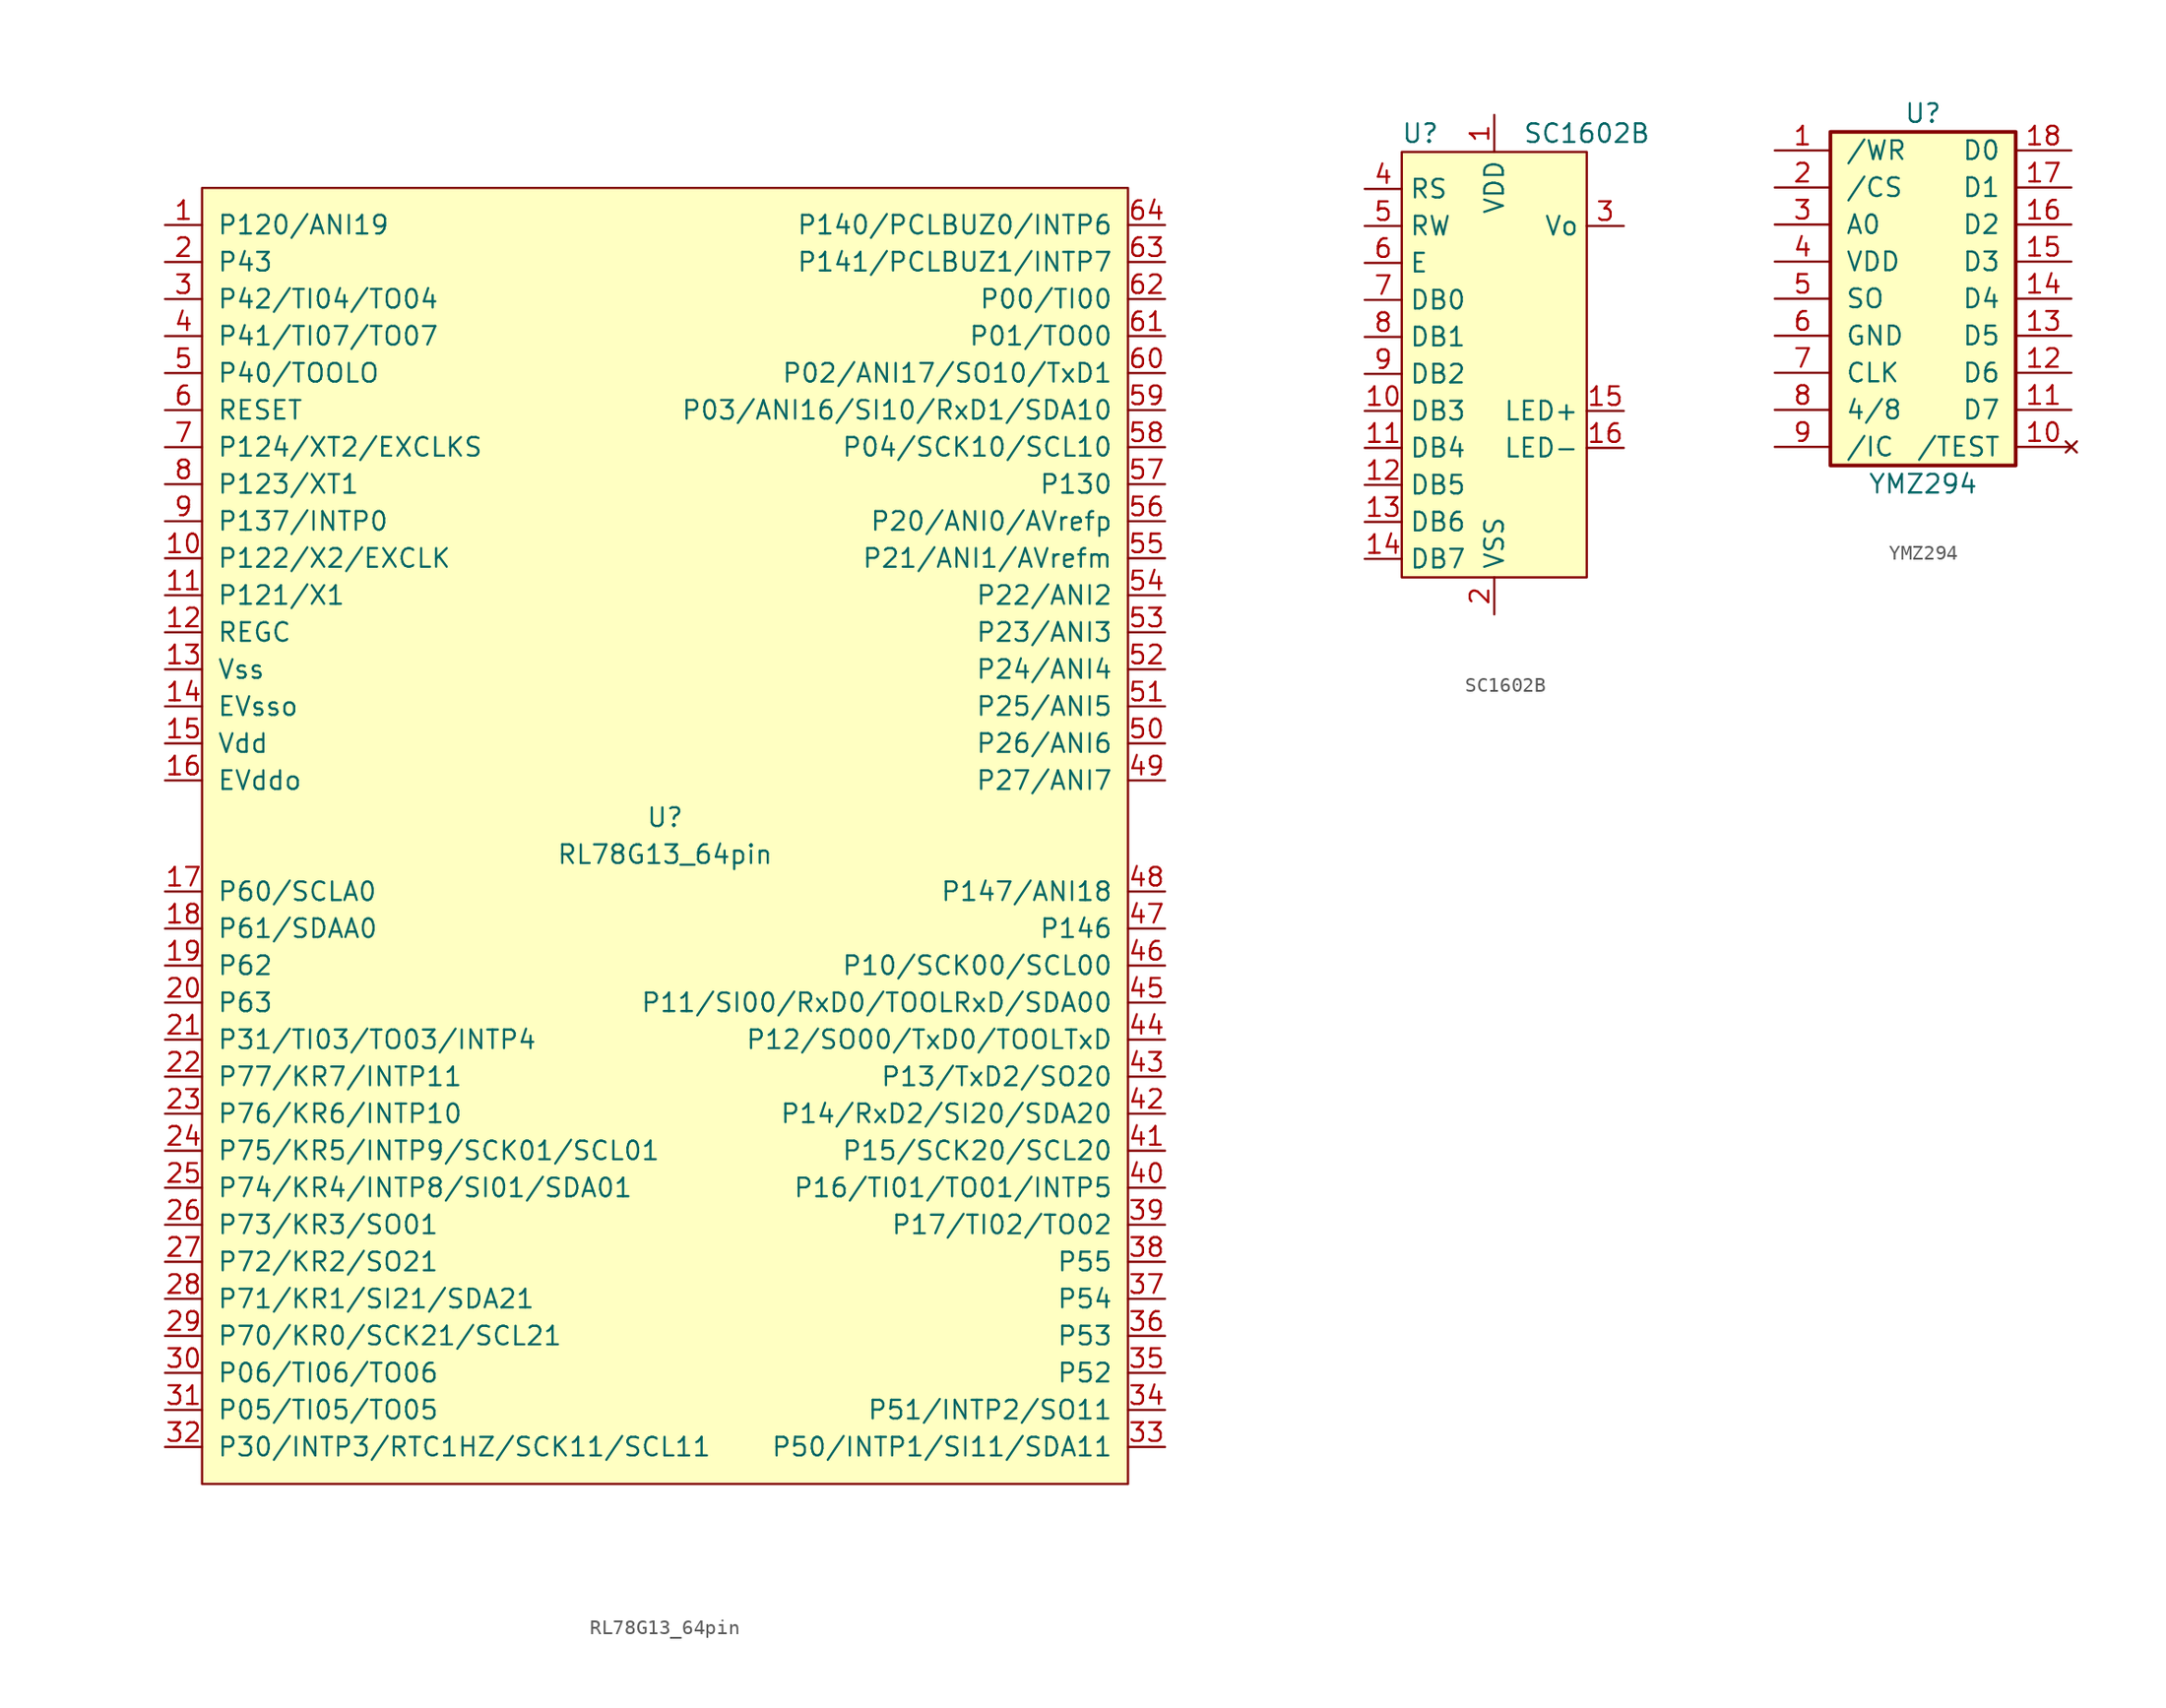
<source format=kicad_sym>
(kicad_symbol_lib
  (version 20211014)
  (generator kicad_symbol_editor)
  (symbol "RL78G13_64pin"
    (pin_names
      (offset 1.016))
    (property "Reference" "U"
      (at 0 1.27 0)
      (effects (font (size 1.27 1.27))))
    (property "Value" "RL78G13_64pin"
      (at 0 -1.27 0)
      (effects (font (size 1.27 1.27))))
    (symbol "RL78G13_64pin_0_0"
      (pin passive line (at -34.29 41.91 0) (length 2.54) (name "P120/ANI19" (effects (font (size 1.27 1.27)))) (number "1" (effects (font (size 1.27 1.27)))))
      (pin passive line (at -34.29 19.05 0) (length 2.54) (name "P122/X2/EXCLK" (effects (font (size 1.27 1.27)))) (number "10" (effects (font (size 1.27 1.27)))))
      (pin passive line (at -34.29 16.51 0) (length 2.54) (name "P121/X1" (effects (font (size 1.27 1.27)))) (number "11" (effects (font (size 1.27 1.27)))))
      (pin passive line (at -34.29 13.97 0) (length 2.54) (name "REGC" (effects (font (size 1.27 1.27)))) (number "12" (effects (font (size 1.27 1.27)))))
      (pin power_in line (at -34.29 11.43 0) (length 2.54) (name "Vss" (effects (font (size 1.27 1.27)))) (number "13" (effects (font (size 1.27 1.27)))))
      (pin power_in line (at -34.29 8.89 0) (length 2.54) (name "EVsso" (effects (font (size 1.27 1.27)))) (number "14" (effects (font (size 1.27 1.27)))))
      (pin power_in line (at -34.29 6.35 0) (length 2.54) (name "Vdd" (effects (font (size 1.27 1.27)))) (number "15" (effects (font (size 1.27 1.27)))))
      (pin power_in line (at -34.29 3.81 0) (length 2.54) (name "EVddo" (effects (font (size 1.27 1.27)))) (number "16" (effects (font (size 1.27 1.27)))))
      (pin passive line (at -34.29 -3.81 0) (length 2.54) (name "P60/SCLA0" (effects (font (size 1.27 1.27)))) (number "17" (effects (font (size 1.27 1.27)))))
      (pin passive line (at -34.29 -6.35 0) (length 2.54) (name "P61/SDAA0" (effects (font (size 1.27 1.27)))) (number "18" (effects (font (size 1.27 1.27)))))
      (pin passive line (at -34.29 -8.89 0) (length 2.54) (name "P62" (effects (font (size 1.27 1.27)))) (number "19" (effects (font (size 1.27 1.27)))))
      (pin passive line (at -34.29 39.37 0) (length 2.54) (name "P43" (effects (font (size 1.27 1.27)))) (number "2" (effects (font (size 1.27 1.27)))))
      (pin passive line (at -34.29 -11.43 0) (length 2.54) (name "P63" (effects (font (size 1.27 1.27)))) (number "20" (effects (font (size 1.27 1.27)))))
      (pin passive line (at -34.29 -13.97 0) (length 2.54) (name "P31/TI03/TO03/INTP4" (effects (font (size 1.27 1.27)))) (number "21" (effects (font (size 1.27 1.27)))))
      (pin passive line (at -34.29 -16.51 0) (length 2.54) (name "P77/KR7/INTP11" (effects (font (size 1.27 1.27)))) (number "22" (effects (font (size 1.27 1.27)))))
      (pin passive line (at -34.29 -19.05 0) (length 2.54) (name "P76/KR6/INTP10" (effects (font (size 1.27 1.27)))) (number "23" (effects (font (size 1.27 1.27)))))
      (pin passive line (at -34.29 -21.59 0) (length 2.54) (name "P75/KR5/INTP9/SCK01/SCL01" (effects (font (size 1.27 1.27)))) (number "24" (effects (font (size 1.27 1.27)))))
      (pin passive line (at -34.29 -24.13 0) (length 2.54) (name "P74/KR4/INTP8/SI01/SDA01" (effects (font (size 1.27 1.27)))) (number "25" (effects (font (size 1.27 1.27)))))
      (pin passive line (at -34.29 -26.67 0) (length 2.54) (name "P73/KR3/SO01" (effects (font (size 1.27 1.27)))) (number "26" (effects (font (size 1.27 1.27)))))
      (pin passive line (at -34.29 -29.21 0) (length 2.54) (name "P72/KR2/SO21" (effects (font (size 1.27 1.27)))) (number "27" (effects (font (size 1.27 1.27)))))
      (pin passive line (at -34.29 -31.75 0) (length 2.54) (name "P71/KR1/SI21/SDA21" (effects (font (size 1.27 1.27)))) (number "28" (effects (font (size 1.27 1.27)))))
      (pin passive line (at -34.29 -34.29 0) (length 2.54) (name "P70/KR0/SCK21/SCL21" (effects (font (size 1.27 1.27)))) (number "29" (effects (font (size 1.27 1.27)))))
      (pin passive line (at -34.29 36.83 0) (length 2.54) (name "P42/TI04/TO04" (effects (font (size 1.27 1.27)))) (number "3" (effects (font (size 1.27 1.27)))))
      (pin passive line (at -34.29 -36.83 0) (length 2.54) (name "P06/TI06/TO06" (effects (font (size 1.27 1.27)))) (number "30" (effects (font (size 1.27 1.27)))))
      (pin passive line (at -34.29 -39.37 0) (length 2.54) (name "P05/TI05/TO05" (effects (font (size 1.27 1.27)))) (number "31" (effects (font (size 1.27 1.27)))))
      (pin passive line (at -34.29 -41.91 0) (length 2.54) (name "P30/INTP3/RTC1HZ/SCK11/SCL11" (effects (font (size 1.27 1.27)))) (number "32" (effects (font (size 1.27 1.27)))))
      (pin passive line (at 34.29 -41.91 180) (length 2.54) (name "P50/INTP1/SI11/SDA11" (effects (font (size 1.27 1.27)))) (number "33" (effects (font (size 1.27 1.27)))))
      (pin passive line (at 34.29 -39.37 180) (length 2.54) (name "P51/INTP2/SO11" (effects (font (size 1.27 1.27)))) (number "34" (effects (font (size 1.27 1.27)))))
      (pin passive line (at 34.29 -36.83 180) (length 2.54) (name "P52" (effects (font (size 1.27 1.27)))) (number "35" (effects (font (size 1.27 1.27)))))
      (pin passive line (at 34.29 -34.29 180) (length 2.54) (name "P53" (effects (font (size 1.27 1.27)))) (number "36" (effects (font (size 1.27 1.27)))))
      (pin passive line (at 34.29 -31.75 180) (length 2.54) (name "P54" (effects (font (size 1.27 1.27)))) (number "37" (effects (font (size 1.27 1.27)))))
      (pin passive line (at 34.29 -29.21 180) (length 2.54) (name "P55" (effects (font (size 1.27 1.27)))) (number "38" (effects (font (size 1.27 1.27)))))
      (pin passive line (at 34.29 -26.67 180) (length 2.54) (name "P17/TI02/TO02" (effects (font (size 1.27 1.27)))) (number "39" (effects (font (size 1.27 1.27)))))
      (pin passive line (at -34.29 34.29 0) (length 2.54) (name "P41/TI07/TO07" (effects (font (size 1.27 1.27)))) (number "4" (effects (font (size 1.27 1.27)))))
      (pin passive line (at 34.29 -24.13 180) (length 2.54) (name "P16/TI01/TO01/INTP5" (effects (font (size 1.27 1.27)))) (number "40" (effects (font (size 1.27 1.27)))))
      (pin passive line (at 34.29 -21.59 180) (length 2.54) (name "P15/SCK20/SCL20" (effects (font (size 1.27 1.27)))) (number "41" (effects (font (size 1.27 1.27)))))
      (pin passive line (at 34.29 -19.05 180) (length 2.54) (name "P14/RxD2/SI20/SDA20" (effects (font (size 1.27 1.27)))) (number "42" (effects (font (size 1.27 1.27)))))
      (pin passive line (at 34.29 -16.51 180) (length 2.54) (name "P13/TxD2/SO20" (effects (font (size 1.27 1.27)))) (number "43" (effects (font (size 1.27 1.27)))))
      (pin passive line (at 34.29 -13.97 180) (length 2.54) (name "P12/SO00/TxD0/TOOLTxD" (effects (font (size 1.27 1.27)))) (number "44" (effects (font (size 1.27 1.27)))))
      (pin passive line (at 34.29 -11.43 180) (length 2.54) (name "P11/SI00/RxD0/TOOLRxD/SDA00" (effects (font (size 1.27 1.27)))) (number "45" (effects (font (size 1.27 1.27)))))
      (pin passive line (at 34.29 -8.89 180) (length 2.54) (name "P10/SCK00/SCL00" (effects (font (size 1.27 1.27)))) (number "46" (effects (font (size 1.27 1.27)))))
      (pin passive line (at 34.29 -6.35 180) (length 2.54) (name "P146" (effects (font (size 1.27 1.27)))) (number "47" (effects (font (size 1.27 1.27)))))
      (pin passive line (at 34.29 -3.81 180) (length 2.54) (name "P147/ANI18" (effects (font (size 1.27 1.27)))) (number "48" (effects (font (size 1.27 1.27)))))
      (pin passive line (at 34.29 3.81 180) (length 2.54) (name "P27/ANI7" (effects (font (size 1.27 1.27)))) (number "49" (effects (font (size 1.27 1.27)))))
      (pin passive line (at -34.29 31.75 0) (length 2.54) (name "P40/TOOLO" (effects (font (size 1.27 1.27)))) (number "5" (effects (font (size 1.27 1.27)))))
      (pin passive line (at 34.29 6.35 180) (length 2.54) (name "P26/ANI6" (effects (font (size 1.27 1.27)))) (number "50" (effects (font (size 1.27 1.27)))))
      (pin passive line (at 34.29 8.89 180) (length 2.54) (name "P25/ANI5" (effects (font (size 1.27 1.27)))) (number "51" (effects (font (size 1.27 1.27)))))
      (pin passive line (at 34.29 11.43 180) (length 2.54) (name "P24/ANI4" (effects (font (size 1.27 1.27)))) (number "52" (effects (font (size 1.27 1.27)))))
      (pin passive line (at 34.29 13.97 180) (length 2.54) (name "P23/ANI3" (effects (font (size 1.27 1.27)))) (number "53" (effects (font (size 1.27 1.27)))))
      (pin passive line (at 34.29 16.51 180) (length 2.54) (name "P22/ANI2" (effects (font (size 1.27 1.27)))) (number "54" (effects (font (size 1.27 1.27)))))
      (pin passive line (at 34.29 19.05 180) (length 2.54) (name "P21/ANI1/AVrefm" (effects (font (size 1.27 1.27)))) (number "55" (effects (font (size 1.27 1.27)))))
      (pin passive line (at 34.29 21.59 180) (length 2.54) (name "P20/ANI0/AVrefp" (effects (font (size 1.27 1.27)))) (number "56" (effects (font (size 1.27 1.27)))))
      (pin passive line (at 34.29 24.13 180) (length 2.54) (name "P130" (effects (font (size 1.27 1.27)))) (number "57" (effects (font (size 1.27 1.27)))))
      (pin passive line (at 34.29 26.67 180) (length 2.54) (name "P04/SCK10/SCL10" (effects (font (size 1.27 1.27)))) (number "58" (effects (font (size 1.27 1.27)))))
      (pin passive line (at 34.29 29.21 180) (length 2.54) (name "P03/ANI16/SI10/RxD1/SDA10" (effects (font (size 1.27 1.27)))) (number "59" (effects (font (size 1.27 1.27)))))
      (pin passive line (at -34.29 29.21 0) (length 2.54) (name "RESET" (effects (font (size 1.27 1.27)))) (number "6" (effects (font (size 1.27 1.27)))))
      (pin passive line (at 34.29 31.75 180) (length 2.54) (name "P02/ANI17/SO10/TxD1" (effects (font (size 1.27 1.27)))) (number "60" (effects (font (size 1.27 1.27)))))
      (pin passive line (at 34.29 34.29 180) (length 2.54) (name "P01/TO00" (effects (font (size 1.27 1.27)))) (number "61" (effects (font (size 1.27 1.27)))))
      (pin passive line (at 34.29 36.83 180) (length 2.54) (name "P00/TI00" (effects (font (size 1.27 1.27)))) (number "62" (effects (font (size 1.27 1.27)))))
      (pin passive line (at 34.29 39.37 180) (length 2.54) (name "P141/PCLBUZ1/INTP7" (effects (font (size 1.27 1.27)))) (number "63" (effects (font (size 1.27 1.27)))))
      (pin passive line (at 34.29 41.91 180) (length 2.54) (name "P140/PCLBUZ0/INTP6" (effects (font (size 1.27 1.27)))) (number "64" (effects (font (size 1.27 1.27)))))
      (pin passive line (at -34.29 26.67 0) (length 2.54) (name "P124/XT2/EXCLKS" (effects (font (size 1.27 1.27)))) (number "7" (effects (font (size 1.27 1.27)))))
      (pin passive line (at -34.29 24.13 0) (length 2.54) (name "P123/XT1" (effects (font (size 1.27 1.27)))) (number "8" (effects (font (size 1.27 1.27)))))
      (pin passive line (at -34.29 21.59 0) (length 2.54) (name "P137/INTP0" (effects (font (size 1.27 1.27)))) (number "9" (effects (font (size 1.27 1.27))))))
    (symbol "RL78G13_64pin_0_1"
      (rectangle (start -31.75 44.45) (end 31.75 -44.45) (stroke (width 0) (type default) (color 0 0 0 0)) (fill (type background)))))
  (symbol "SC1602B"
    (property "Reference" "U"
      (at -5.08 16.51 0)
      (effects (font (size 1.27 1.27))))
    (property "Value" "SC1602B"
      (at 6.35 16.51 0)
      (effects (font (size 1.27 1.27))))
    (symbol "SC1602B_0_0"
      (pin power_in line (at 0 17.78 270) (length 2.54) (name "VDD" (effects (font (size 1.27 1.27)))) (number "1" (effects (font (size 1.27 1.27)))))
      (pin passive line (at -8.89 -2.54 0) (length 2.54) (name "DB3" (effects (font (size 1.27 1.27)))) (number "10" (effects (font (size 1.27 1.27)))))
      (pin passive line (at -8.89 -5.08 0) (length 2.54) (name "DB4" (effects (font (size 1.27 1.27)))) (number "11" (effects (font (size 1.27 1.27)))))
      (pin passive line (at -8.89 -7.62 0) (length 2.54) (name "DB5" (effects (font (size 1.27 1.27)))) (number "12" (effects (font (size 1.27 1.27)))))
      (pin passive line (at -8.89 -10.16 0) (length 2.54) (name "DB6" (effects (font (size 1.27 1.27)))) (number "13" (effects (font (size 1.27 1.27)))))
      (pin passive line (at -8.89 -12.7 0) (length 2.54) (name "DB7" (effects (font (size 1.27 1.27)))) (number "14" (effects (font (size 1.27 1.27)))))
      (pin passive line (at 8.89 -2.54 180) (length 2.54) (name "LED+" (effects (font (size 1.27 1.27)))) (number "15" (effects (font (size 1.27 1.27)))))
      (pin passive line (at 8.89 -5.08 180) (length 2.54) (name "LED-" (effects (font (size 1.27 1.27)))) (number "16" (effects (font (size 1.27 1.27)))))
      (pin power_in line (at 0 -16.51 90) (length 2.54) (name "VSS" (effects (font (size 1.27 1.27)))) (number "2" (effects (font (size 1.27 1.27)))))
      (pin passive line (at 8.89 10.16 180) (length 2.54) (name "Vo" (effects (font (size 1.27 1.27)))) (number "3" (effects (font (size 1.27 1.27)))))
      (pin passive line (at -8.89 12.7 0) (length 2.54) (name "RS" (effects (font (size 1.27 1.27)))) (number "4" (effects (font (size 1.27 1.27)))))
      (pin passive line (at -8.89 10.16 0) (length 2.54) (name "RW" (effects (font (size 1.27 1.27)))) (number "5" (effects (font (size 1.27 1.27)))))
      (pin passive line (at -8.89 7.62 0) (length 2.54) (name "E" (effects (font (size 1.27 1.27)))) (number "6" (effects (font (size 1.27 1.27)))))
      (pin passive line (at -8.89 5.08 0) (length 2.54) (name "DB0" (effects (font (size 1.27 1.27)))) (number "7" (effects (font (size 1.27 1.27)))))
      (pin passive line (at -8.89 2.54 0) (length 2.54) (name "DB1" (effects (font (size 1.27 1.27)))) (number "8" (effects (font (size 1.27 1.27)))))
      (pin passive line (at -8.89 0 0) (length 2.54) (name "DB2" (effects (font (size 1.27 1.27)))) (number "9" (effects (font (size 1.27 1.27))))))
    (symbol "SC1602B_0_1"
      (rectangle (start 6.35 -13.97) (end -6.35 15.24) (stroke (width 0) (type default) (color 0 0 0 0)) (fill (type background)))))
  (symbol "YMZ294"
    (pin_names
      (offset 1.016))
    (property "Reference" "U"
      (at 0 19.05 0)
      (effects (font (size 1.27 1.27))))
    (property "Value" "YMZ294"
      (at 0 -6.35 0)
      (effects (font (size 1.27 1.27))))
    (symbol "YMZ294_0_1"
      (rectangle (start -6.35 17.78) (end 6.35 -5.08) (stroke (width 0.254) (type default) (color 0 0 0 0)) (fill (type background))))
    (symbol "YMZ294_1_1"
      (pin bidirectional line (at -10.16 16.51 0) (length 3.81) (name "/WR" (effects (font (size 1.27 1.27)))) (number "1" (effects (font (size 1.27 1.27)))))
      (pin no_connect line (at 10.16 -3.81 180) (length 3.81) (name "/TEST" (effects (font (size 1.27 1.27)))) (number "10" (effects (font (size 1.27 1.27)))))
      (pin bidirectional line (at 10.16 -1.27 180) (length 3.81) (name "D7" (effects (font (size 1.27 1.27)))) (number "11" (effects (font (size 1.27 1.27)))))
      (pin bidirectional line (at 10.16 1.27 180) (length 3.81) (name "D6" (effects (font (size 1.27 1.27)))) (number "12" (effects (font (size 1.27 1.27)))))
      (pin bidirectional line (at 10.16 3.81 180) (length 3.81) (name "D5" (effects (font (size 1.27 1.27)))) (number "13" (effects (font (size 1.27 1.27)))))
      (pin bidirectional line (at 10.16 6.35 180) (length 3.81) (name "D4" (effects (font (size 1.27 1.27)))) (number "14" (effects (font (size 1.27 1.27)))))
      (pin bidirectional line (at 10.16 8.89 180) (length 3.81) (name "D3" (effects (font (size 1.27 1.27)))) (number "15" (effects (font (size 1.27 1.27)))))
      (pin bidirectional line (at 10.16 11.43 180) (length 3.81) (name "D2" (effects (font (size 1.27 1.27)))) (number "16" (effects (font (size 1.27 1.27)))))
      (pin bidirectional line (at 10.16 13.97 180) (length 3.81) (name "D1" (effects (font (size 1.27 1.27)))) (number "17" (effects (font (size 1.27 1.27)))))
      (pin bidirectional line (at 10.16 16.51 180) (length 3.81) (name "D0" (effects (font (size 1.27 1.27)))) (number "18" (effects (font (size 1.27 1.27)))))
      (pin bidirectional line (at -10.16 13.97 0) (length 3.81) (name "/CS" (effects (font (size 1.27 1.27)))) (number "2" (effects (font (size 1.27 1.27)))))
      (pin bidirectional line (at -10.16 11.43 0) (length 3.81) (name "A0" (effects (font (size 1.27 1.27)))) (number "3" (effects (font (size 1.27 1.27)))))
      (pin power_in line (at -10.16 8.89 0) (length 3.81) (name "VDD" (effects (font (size 1.27 1.27)))) (number "4" (effects (font (size 1.27 1.27)))))
      (pin bidirectional line (at -10.16 6.35 0) (length 3.81) (name "SO" (effects (font (size 1.27 1.27)))) (number "5" (effects (font (size 1.27 1.27)))))
      (pin power_in line (at -10.16 3.81 0) (length 3.81) (name "GND" (effects (font (size 1.27 1.27)))) (number "6" (effects (font (size 1.27 1.27)))))
      (pin bidirectional line (at -10.16 1.27 0) (length 3.81) (name "CLK" (effects (font (size 1.27 1.27)))) (number "7" (effects (font (size 1.27 1.27)))))
      (pin bidirectional line (at -10.16 -1.27 0) (length 3.81) (name "4/8" (effects (font (size 1.27 1.27)))) (number "8" (effects (font (size 1.27 1.27)))))
      (pin bidirectional line (at -10.16 -3.81 0) (length 3.81) (name "/IC" (effects (font (size 1.27 1.27)))) (number "9" (effects (font (size 1.27 1.27))))))))
</source>
